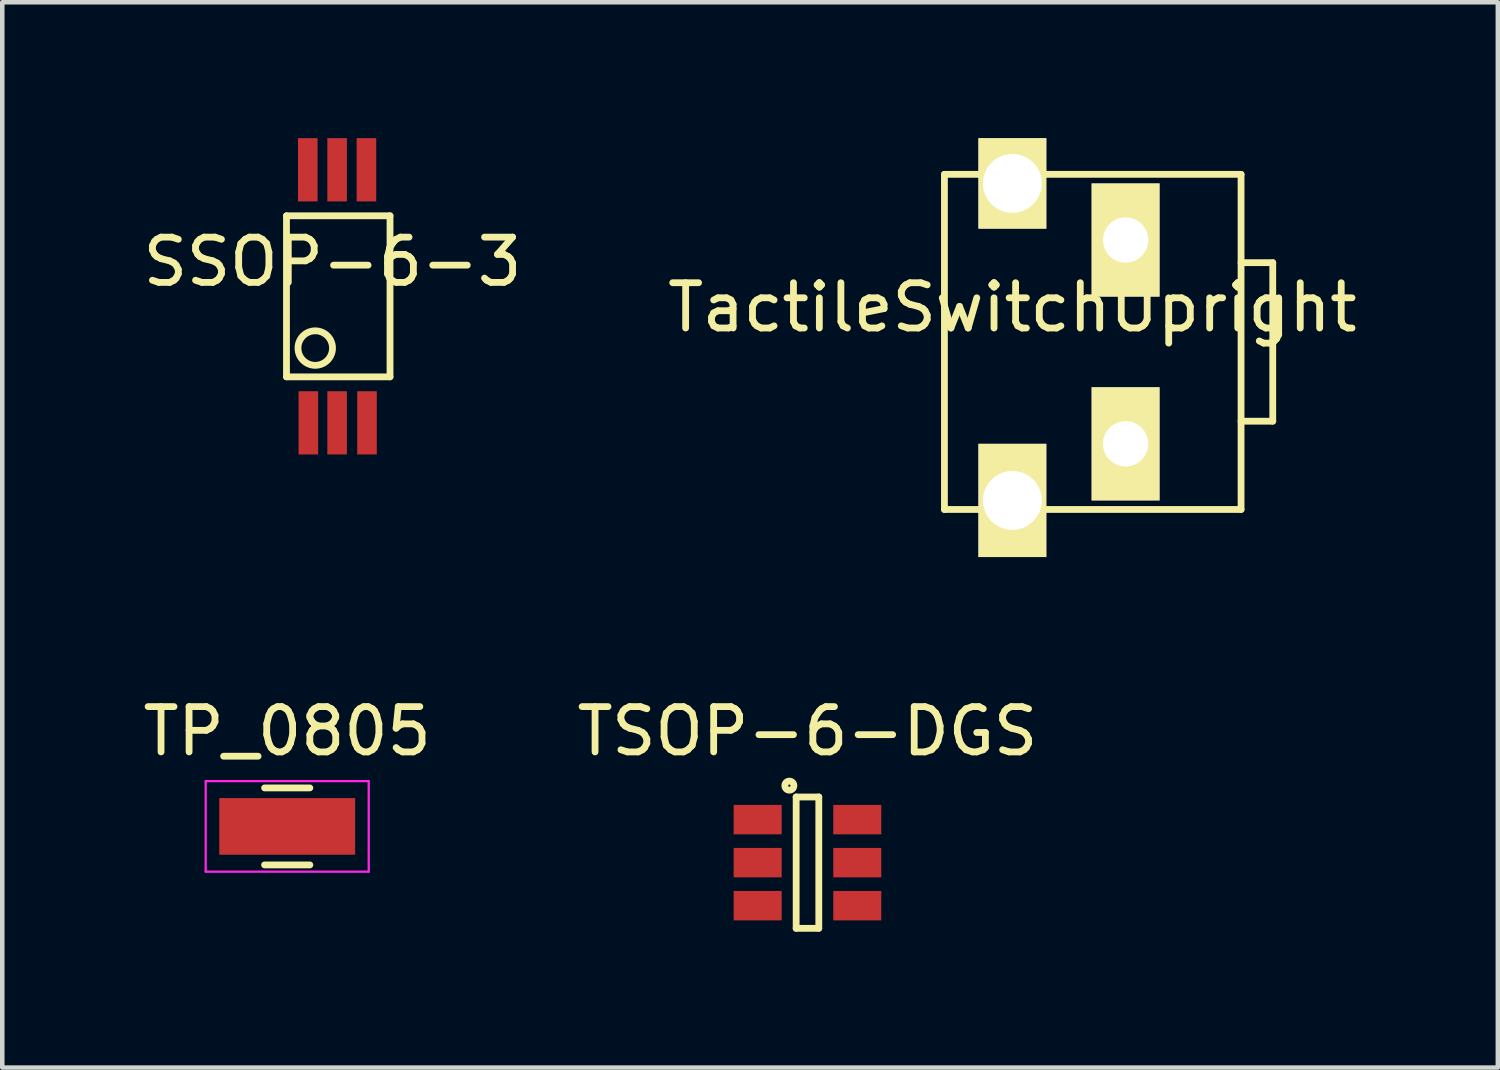
<source format=kicad_pcb>
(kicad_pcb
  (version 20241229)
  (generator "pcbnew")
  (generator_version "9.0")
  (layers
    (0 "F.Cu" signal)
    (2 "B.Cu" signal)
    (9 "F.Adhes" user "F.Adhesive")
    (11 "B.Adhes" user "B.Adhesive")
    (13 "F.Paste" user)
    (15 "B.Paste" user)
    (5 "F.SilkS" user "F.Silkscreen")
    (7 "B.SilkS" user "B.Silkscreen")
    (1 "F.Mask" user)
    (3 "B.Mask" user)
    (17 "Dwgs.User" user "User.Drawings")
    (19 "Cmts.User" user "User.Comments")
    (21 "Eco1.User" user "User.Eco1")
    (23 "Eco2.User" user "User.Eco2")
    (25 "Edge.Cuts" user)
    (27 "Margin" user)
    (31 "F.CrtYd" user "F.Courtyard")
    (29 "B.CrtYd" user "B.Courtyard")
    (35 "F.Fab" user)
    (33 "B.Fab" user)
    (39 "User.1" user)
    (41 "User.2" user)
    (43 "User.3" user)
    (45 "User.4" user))
  (footprint "TactileSwitchUpright"
    (layer "F.Cu")
    (at 19.304 4.5)
    (property "Reference" "TactileSwitchUpright" (at 0 -0.762 0) (layer "F.SilkS") (effects (font (size 1 1) (thickness 0.15))))
    (attr through_hole)
    (fp_line (start -1.5 -3.7) (end -1.5 3.7) (stroke (width 0.15) (type solid)) (layer "F.SilkS"))
    (fp_line (start -1.5 -3.7) (end 5.05 -3.7) (stroke (width 0.15) (type solid)) (layer "F.SilkS"))
    (fp_line (start -1.5 3.7) (end 5.05 3.7) (stroke (width 0.15) (type solid)) (layer "F.SilkS"))
    (fp_line (start 5.05 -3.7) (end 5.05 3.7) (stroke (width 0.15) (type solid)) (layer "F.SilkS"))
    (fp_line (start 5.05 -1.75) (end 5.75 -1.75) (stroke (width 0.15) (type solid)) (layer "F.SilkS"))
    (fp_line (start 5.75 -1.75) (end 5.75 1.75) (stroke (width 0.15) (type solid)) (layer "F.SilkS"))
    (fp_line (start 5.75 1.75) (end 5.05 1.75) (stroke (width 0.15) (type solid)) (layer "F.SilkS"))
    (pad "" thru_hole rect (at 0 -3.5) (size 1.5 2) (drill 1.3) (layers "*.Cu" "*.Mask" "F.SilkS"))
    (pad "" thru_hole rect (at 0 3.5) (size 1.5 2.5) (drill 1.3) (layers "*.Cu" "*.Mask" "F.SilkS"))
    (pad "1" thru_hole rect (at 2.5 -2.25) (size 1.5 2.5) (drill 1) (layers "*.Cu" "*.Mask" "F.SilkS"))
    (pad "2" thru_hole rect (at 2.5 2.25) (size 1.5 2.5) (drill 1) (layers "*.Cu" "*.Mask" "F.SilkS")))
  (footprint "TSOP-6-DGS"
    (layer "F.Cu")
    (at 14.78 15.998)
    (property "Reference" "TSOP-6-DGS" (at 0 -2.9 0) (layer "F.SilkS") (effects (font (size 1 1) (thickness 0.15))))
    (attr smd)
    (fp_line (start -0.25 -1.45) (end -0.25 1.45) (stroke (width 0.15) (type solid)) (layer "F.SilkS"))
    (fp_line (start -0.25 1.45) (end 0.25 1.45) (stroke (width 0.15) (type solid)) (layer "F.SilkS"))
    (fp_line (start 0.25 -1.45) (end -0.25 -1.45) (stroke (width 0.15) (type solid)) (layer "F.SilkS"))
    (fp_line (start 0.25 1.45) (end 0.25 -1.45) (stroke (width 0.15) (type solid)) (layer "F.SilkS"))
    (fp_circle (center -0.4 -1.7) (end -0.3 -1.7) (stroke (width 0.15) (type solid)) (fill no) (layer "F.SilkS"))
    (pad "D" smd rect (at -1.1 -0.95) (size 1.06 0.65) (layers "F.Cu" "F.Mask" "F.Paste"))
    (pad "D" smd rect (at -1.1 0) (size 1.06 0.65) (layers "F.Cu" "F.Mask" "F.Paste"))
    (pad "D" smd rect (at 1.1 -0.95) (size 1.06 0.65) (layers "F.Cu" "F.Mask" "F.Paste"))
    (pad "D" smd rect (at 1.1 0) (size 1.06 0.65) (layers "F.Cu" "F.Mask" "F.Paste"))
    (pad "G" smd rect (at -1.1 0.95) (size 1.06 0.65) (layers "F.Cu" "F.Mask" "F.Paste"))
    (pad "S" smd rect (at 1.1 0.95) (size 1.06 0.65) (layers "F.Cu" "F.Mask" "F.Paste")))
  (footprint "SSOP-6-3"
    (layer "F.Cu")
    (at 5.689 3.493)
    (property "Reference" "SSOP-6-3" (at -1.397 -0.762 0) (layer "F.SilkS") (effects (font (size 1 1) (thickness 0.15))))
    (attr smd)
    (fp_line (start -2.413 -1.778) (end -0.127 -1.778) (stroke (width 0.15) (type solid)) (layer "F.SilkS"))
    (fp_line (start -2.413 1.778) (end -2.413 -1.778) (stroke (width 0.15) (type solid)) (layer "F.SilkS"))
    (fp_line (start -0.127 -1.778) (end -0.127 1.778) (stroke (width 0.15) (type solid)) (layer "F.SilkS"))
    (fp_line (start -0.127 1.778) (end -2.413 1.778) (stroke (width 0.15) (type solid)) (layer "F.SilkS"))
    (fp_circle (center -1.778 1.143) (end -2.159 1.143) (stroke (width 0.15) (type solid)) (fill no) (layer "F.SilkS"))
    (pad "D" smd rect (at -1.943 -2.794) (size 0.432 1.397) (layers "F.Cu" "F.Mask" "F.Paste"))
    (pad "D" smd rect (at -1.93 2.794) (size 0.432 1.397) (layers "F.Cu" "F.Mask" "F.Paste"))
    (pad "D" smd rect (at -1.295 -2.794) (size 0.432 1.397) (layers "F.Cu" "F.Mask" "F.Paste"))
    (pad "D" smd rect (at -1.295 2.794) (size 0.432 1.397) (layers "F.Cu" "F.Mask" "F.Paste"))
    (pad "G" smd rect (at -0.635 2.794) (size 0.432 1.397) (layers "F.Cu" "F.Mask" "F.Paste"))
    (pad "S" smd rect (at -0.648 -2.794) (size 0.432 1.397) (layers "F.Cu" "F.Mask" "F.Paste")))
  (footprint "TP_0805"
    (layer "F.Cu")
    (at 3.292 15.198)
    (property "Reference" "TP_0805" (at 0 -2.1 0) (layer "F.SilkS") (effects (font (size 1 1) (thickness 0.15))))
    (attr smd)
    (fp_line (start -0.5 0.85) (end 0.5 0.85) (stroke (width 0.15) (type solid)) (layer "F.SilkS"))
    (fp_line (start 0.5 -0.85) (end -0.5 -0.85) (stroke (width 0.15) (type solid)) (layer "F.SilkS"))
    (fp_line (start -1.8 -1) (end -1.8 1) (stroke (width 0.05) (type solid)) (layer "F.CrtYd"))
    (fp_line (start -1.8 -1) (end 1.8 -1) (stroke (width 0.05) (type solid)) (layer "F.CrtYd"))
    (fp_line (start -1.8 1) (end 1.8 1) (stroke (width 0.05) (type solid)) (layer "F.CrtYd"))
    (fp_line (start 1.8 -1) (end 1.8 1) (stroke (width 0.05) (type solid)) (layer "F.CrtYd"))
    (pad "1" smd rect (at 0 0) (size 3 1.25) (layers "F.Cu" "F.Mask" "F.Paste")))
  (gr_rect
    (start -3 -3)
    (end 30.024 20.523)
    (stroke (width 0.1) (type default))
    (fill no)
    (layer "Edge.Cuts")))
</source>
